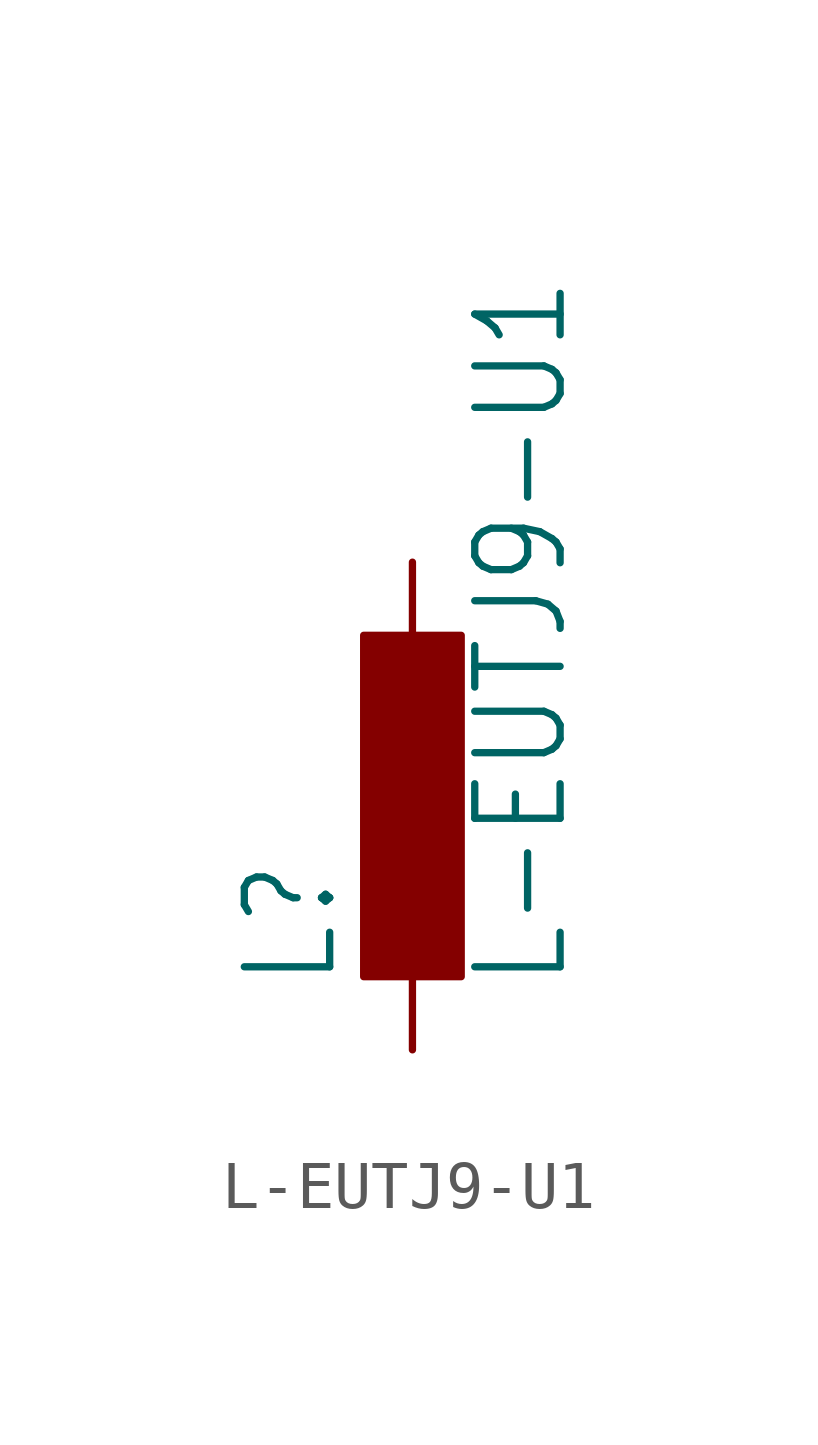
<source format=kicad_sym>
(kicad_symbol_lib
  (version 20211014)
  (generator kicad_symbol_editor)
  (symbol "L-EUTJ9-U1"
    (property "Reference" "L"
      (at -1.499 -3.81 90)
      (effects (font (size 1.778 1.511)) (justify left bottom)))
    (property "Value" "L-EUTJ9-U1"
      (at 3.302 -3.81 90)
      (effects (font (size 1.778 1.511)) (justify left bottom)))
    (property "ki_locked" ""
      (at 0 0 0)
      (effects (font (size 1.27 1.27))))
    (symbol "L-EUTJ9-U1_1_0"
      (rectangle (start -1.016 -3.556) (end 1.016 3.556) (stroke (width 0) (type default) (color 0 0 0 0)) (fill (type outline)))
      (pin passive line (at 0 5.08 270) (length 2.54) (name "1" (effects (font (size 0 0)))) (number "1" (effects (font (size 0 0)))))
      (pin passive line (at 0 -5.08 90) (length 2.54) (name "2" (effects (font (size 0 0)))) (number "2" (effects (font (size 0 0))))))))
</source>
